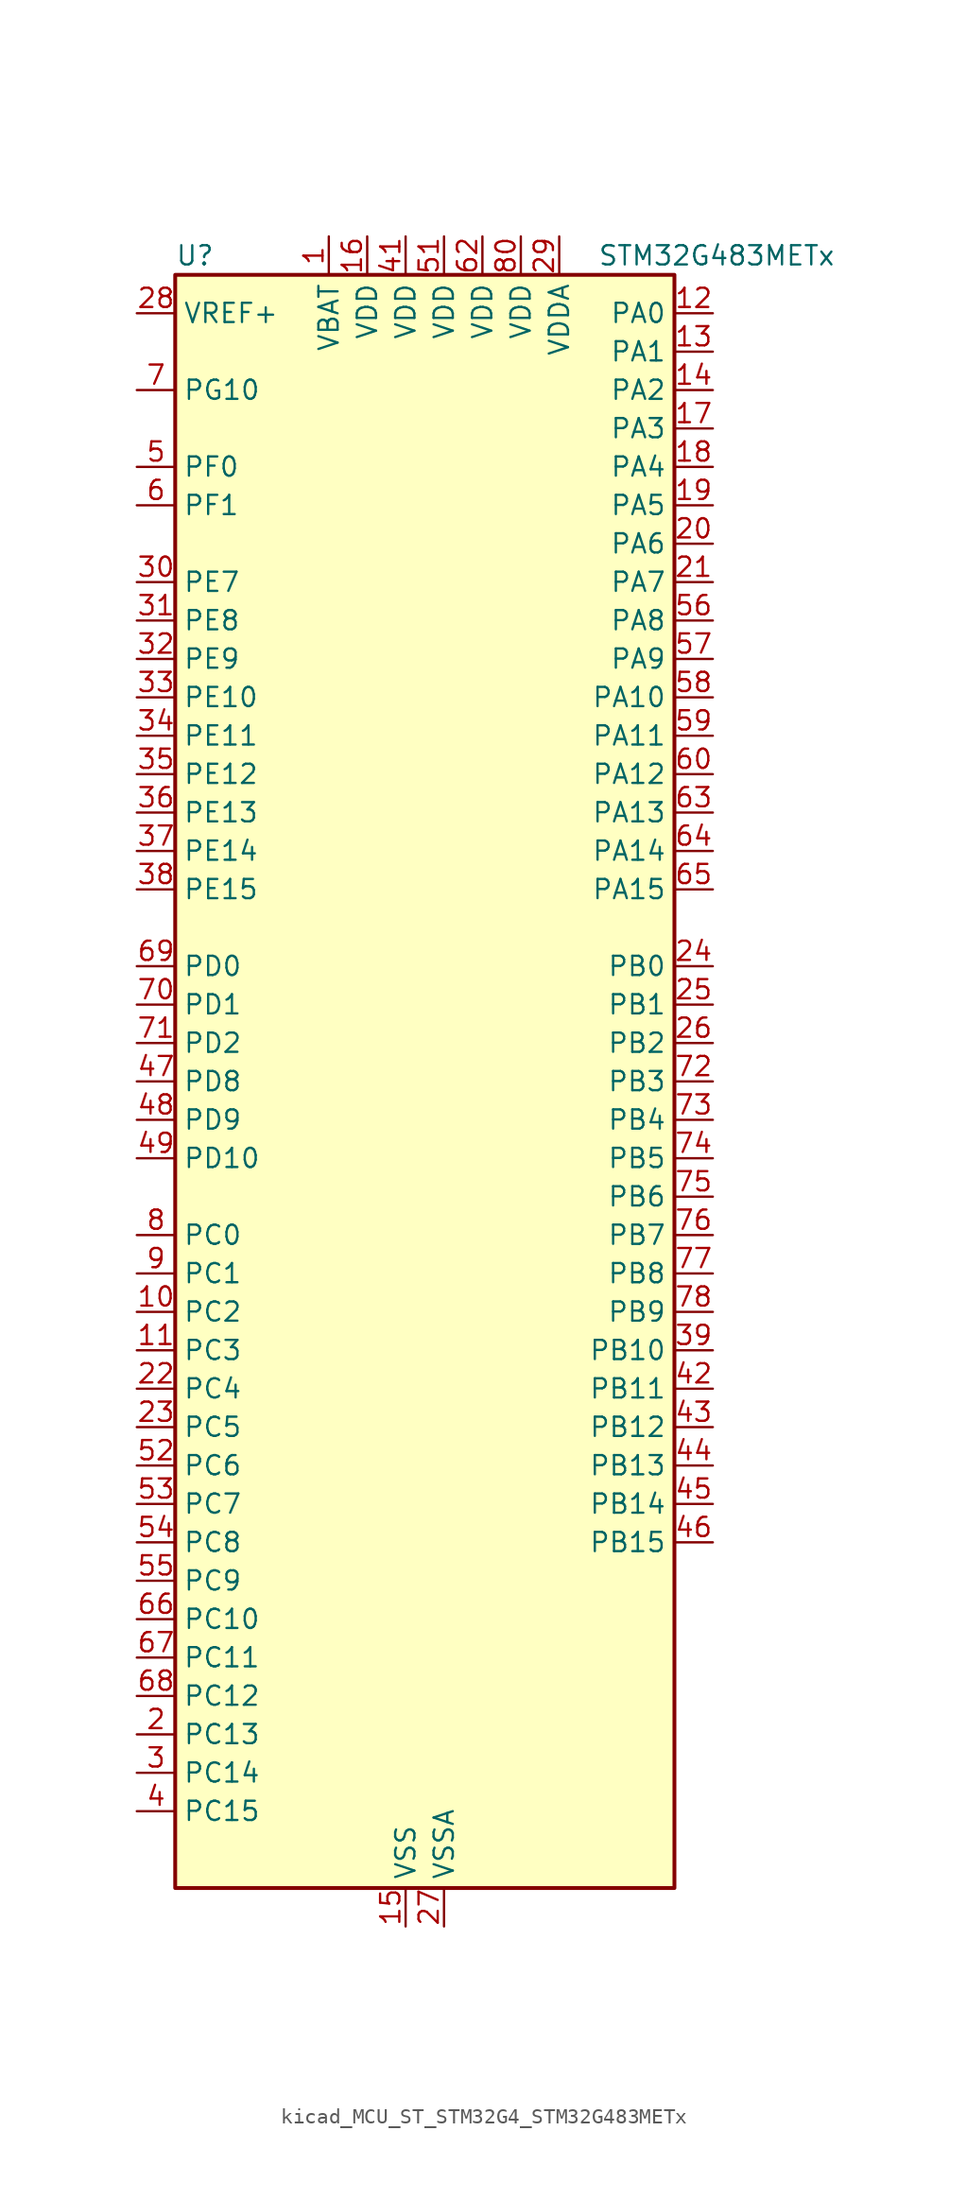
<source format=kicad_sym>
(kicad_symbol_lib
  (version 20220914)
  (generator kicad_symbol_editor)
  (symbol "kicad_MCU_ST_STM32G4_STM32G483METx"
    (property "Reference" "U"
      (at -15.24 54.61 0)
      (effects (font (size 1.27 1.27)) (justify left)))
    (property "Value" "STM32G483METx"
      (at 12.7 54.61 0)
      (effects (font (size 1.27 1.27)) (justify left)))
    (property "ki_locked" ""
      (at 0 0 0)
      (effects (font (size 1.27 1.27))))
    (symbol "kicad_MCU_ST_STM32G4_STM32G483METx_0_1"
      (rectangle (start -15.24 -53.34) (end 17.78 53.34) (stroke (width 0.254) (type default)) (fill (type background))))
    (symbol "kicad_MCU_ST_STM32G4_STM32G483METx_1_1"
      (pin power_in line (at -5.08 55.88 270) (length 2.54) (name "VBAT" (effects (font (size 1.27 1.27)))) (number "1" (effects (font (size 1.27 1.27)))))
      (pin bidirectional line (at -17.78 -15.24 0) (length 2.54) (name "PC2" (effects (font (size 1.27 1.27)))) (number "10" (effects (font (size 1.27 1.27)))) (alternate "ADC1_IN8" bidirectional line) (alternate "ADC2_IN8" bidirectional line) (alternate "ADC3_EXTI2" bidirectional line) (alternate "ADC4_EXTI2" bidirectional line) (alternate "ADC5_EXTI2" bidirectional line) (alternate "COMP3_OUT" bidirectional line) (alternate "LPTIM1_IN2" bidirectional line) (alternate "QUADSPI1_BK2_IO1" bidirectional line) (alternate "TIM1_CH3" bidirectional line) (alternate "TIM20_CH2" bidirectional line))
      (pin bidirectional line (at -17.78 -17.78 0) (length 2.54) (name "PC3" (effects (font (size 1.27 1.27)))) (number "11" (effects (font (size 1.27 1.27)))) (alternate "ADC1_IN9" bidirectional line) (alternate "ADC2_IN9" bidirectional line) (alternate "ADC3_EXTI3" bidirectional line) (alternate "ADC4_EXTI3" bidirectional line) (alternate "ADC5_EXTI3" bidirectional line) (alternate "LPTIM1_ETR" bidirectional line) (alternate "OPAMP5_VINP" bidirectional line) (alternate "OPAMP5_VINP_SEC" bidirectional line) (alternate "QUADSPI1_BK2_IO2" bidirectional line) (alternate "SAI1_D1" bidirectional line) (alternate "SAI1_SD_A" bidirectional line) (alternate "TIM1_BKIN2" bidirectional line) (alternate "TIM1_CH4" bidirectional line))
      (pin bidirectional line (at 20.32 50.8 180) (length 2.54) (name "PA0" (effects (font (size 1.27 1.27)))) (number "12" (effects (font (size 1.27 1.27)))) (alternate "ADC1_IN1" bidirectional line) (alternate "ADC2_IN1" bidirectional line) (alternate "COMP1_INM" bidirectional line) (alternate "COMP1_OUT" bidirectional line) (alternate "COMP3_INP" bidirectional line) (alternate "RTC_TAMP2" bidirectional line) (alternate "SYS_WKUP1" bidirectional line) (alternate "TIM2_CH1" bidirectional line) (alternate "TIM2_ETR" bidirectional line) (alternate "TIM5_CH1" bidirectional line) (alternate "TIM8_BKIN" bidirectional line) (alternate "TIM8_ETR" bidirectional line) (alternate "USART2_CTS" bidirectional line) (alternate "USART2_NSS" bidirectional line))
      (pin bidirectional line (at 20.32 48.26 180) (length 2.54) (name "PA1" (effects (font (size 1.27 1.27)))) (number "13" (effects (font (size 1.27 1.27)))) (alternate "ADC1_IN2" bidirectional line) (alternate "ADC2_IN2" bidirectional line) (alternate "COMP1_INP" bidirectional line) (alternate "OPAMP1_VINP" bidirectional line) (alternate "OPAMP1_VINP_SEC" bidirectional line) (alternate "OPAMP3_VINP" bidirectional line) (alternate "OPAMP3_VINP_SEC" bidirectional line) (alternate "OPAMP6_VINM" bidirectional line) (alternate "OPAMP6_VINM0" bidirectional line) (alternate "OPAMP6_VINM_SEC" bidirectional line) (alternate "RTC_REFIN" bidirectional line) (alternate "TIM15_CH1N" bidirectional line) (alternate "TIM2_CH2" bidirectional line) (alternate "TIM5_CH2" bidirectional line) (alternate "USART2_DE" bidirectional line) (alternate "USART2_RTS" bidirectional line))
      (pin bidirectional line (at 20.32 45.72 180) (length 2.54) (name "PA2" (effects (font (size 1.27 1.27)))) (number "14" (effects (font (size 1.27 1.27)))) (alternate "ADC1_IN3" bidirectional line) (alternate "ADC3_EXTI2" bidirectional line) (alternate "ADC4_EXTI2" bidirectional line) (alternate "ADC5_EXTI2" bidirectional line) (alternate "COMP2_INM" bidirectional line) (alternate "COMP2_OUT" bidirectional line) (alternate "LPUART1_TX" bidirectional line) (alternate "OPAMP1_VOUT" bidirectional line) (alternate "QUADSPI1_BK1_NCS" bidirectional line) (alternate "RCC_LSCO" bidirectional line) (alternate "SYS_WKUP4" bidirectional line) (alternate "TIM15_CH1" bidirectional line) (alternate "TIM2_CH3" bidirectional line) (alternate "TIM5_CH3" bidirectional line) (alternate "UCPD1_FRSTX1" bidirectional line) (alternate "UCPD1_FRSTX2" bidirectional line) (alternate "USART2_TX" bidirectional line))
      (pin power_in line (at 0 -55.88 90) (length 2.54) (name "VSS" (effects (font (size 1.27 1.27)))) (number "15" (effects (font (size 1.27 1.27)))))
      (pin power_in line (at -2.54 55.88 270) (length 2.54) (name "VDD" (effects (font (size 1.27 1.27)))) (number "16" (effects (font (size 1.27 1.27)))))
      (pin bidirectional line (at 20.32 43.18 180) (length 2.54) (name "PA3" (effects (font (size 1.27 1.27)))) (number "17" (effects (font (size 1.27 1.27)))) (alternate "ADC1_IN4" bidirectional line) (alternate "ADC3_EXTI3" bidirectional line) (alternate "ADC4_EXTI3" bidirectional line) (alternate "ADC5_EXTI3" bidirectional line) (alternate "COMP2_INP" bidirectional line) (alternate "LPUART1_RX" bidirectional line) (alternate "OPAMP1_VINM" bidirectional line) (alternate "OPAMP1_VINM0" bidirectional line) (alternate "OPAMP1_VINM_SEC" bidirectional line) (alternate "OPAMP1_VINP" bidirectional line) (alternate "OPAMP1_VINP_SEC" bidirectional line) (alternate "OPAMP5_VINM" bidirectional line) (alternate "OPAMP5_VINM1" bidirectional line) (alternate "OPAMP5_VINM_SEC" bidirectional line) (alternate "QUADSPI1_CLK" bidirectional line) (alternate "SAI1_CK1" bidirectional line) (alternate "SAI1_MCLK_A" bidirectional line) (alternate "TIM15_CH2" bidirectional line) (alternate "TIM2_CH4" bidirectional line) (alternate "TIM5_CH4" bidirectional line) (alternate "USART2_RX" bidirectional line))
      (pin bidirectional line (at 20.32 40.64 180) (length 2.54) (name "PA4" (effects (font (size 1.27 1.27)))) (number "18" (effects (font (size 1.27 1.27)))) (alternate "ADC2_IN17" bidirectional line) (alternate "COMP1_INM" bidirectional line) (alternate "DAC1_OUT1" bidirectional line) (alternate "I2S3_WS" bidirectional line) (alternate "SAI1_FS_B" bidirectional line) (alternate "SPI1_NSS" bidirectional line) (alternate "SPI3_NSS" bidirectional line) (alternate "TIM3_CH2" bidirectional line) (alternate "USART2_CK" bidirectional line))
      (pin bidirectional line (at 20.32 38.1 180) (length 2.54) (name "PA5" (effects (font (size 1.27 1.27)))) (number "19" (effects (font (size 1.27 1.27)))) (alternate "ADC2_IN13" bidirectional line) (alternate "COMP2_INM" bidirectional line) (alternate "DAC1_OUT2" bidirectional line) (alternate "OPAMP2_VINM" bidirectional line) (alternate "OPAMP2_VINM0" bidirectional line) (alternate "OPAMP2_VINM_SEC" bidirectional line) (alternate "SPI1_SCK" bidirectional line) (alternate "TIM2_CH1" bidirectional line) (alternate "TIM2_ETR" bidirectional line) (alternate "UCPD1_FRSTX1" bidirectional line) (alternate "UCPD1_FRSTX2" bidirectional line))
      (pin bidirectional line (at -17.78 -43.18 0) (length 2.54) (name "PC13" (effects (font (size 1.27 1.27)))) (number "2" (effects (font (size 1.27 1.27)))) (alternate "RTC_OUT1" bidirectional line) (alternate "RTC_TAMP1" bidirectional line) (alternate "RTC_TS" bidirectional line) (alternate "SYS_WKUP2" bidirectional line) (alternate "TIM1_BKIN" bidirectional line) (alternate "TIM1_CH1N" bidirectional line) (alternate "TIM8_CH4N" bidirectional line))
      (pin bidirectional line (at 20.32 35.56 180) (length 2.54) (name "PA6" (effects (font (size 1.27 1.27)))) (number "20" (effects (font (size 1.27 1.27)))) (alternate "ADC2_IN3" bidirectional line) (alternate "COMP1_OUT" bidirectional line) (alternate "DAC2_OUT1" bidirectional line) (alternate "LPUART1_CTS" bidirectional line) (alternate "OPAMP2_VOUT" bidirectional line) (alternate "QUADSPI1_BK1_IO3" bidirectional line) (alternate "SPI1_MISO" bidirectional line) (alternate "TIM16_CH1" bidirectional line) (alternate "TIM1_BKIN" bidirectional line) (alternate "TIM3_CH1" bidirectional line) (alternate "TIM8_BKIN" bidirectional line))
      (pin bidirectional line (at 20.32 33.02 180) (length 2.54) (name "PA7" (effects (font (size 1.27 1.27)))) (number "21" (effects (font (size 1.27 1.27)))) (alternate "ADC2_IN4" bidirectional line) (alternate "COMP2_INP" bidirectional line) (alternate "COMP2_OUT" bidirectional line) (alternate "OPAMP1_VINP" bidirectional line) (alternate "OPAMP1_VINP_SEC" bidirectional line) (alternate "OPAMP2_VINP" bidirectional line) (alternate "OPAMP2_VINP_SEC" bidirectional line) (alternate "QUADSPI1_BK1_IO2" bidirectional line) (alternate "SPI1_MOSI" bidirectional line) (alternate "TIM17_CH1" bidirectional line) (alternate "TIM1_CH1N" bidirectional line) (alternate "TIM3_CH2" bidirectional line) (alternate "TIM8_CH1N" bidirectional line) (alternate "UCPD1_FRSTX1" bidirectional line) (alternate "UCPD1_FRSTX2" bidirectional line))
      (pin bidirectional line (at -17.78 -20.32 0) (length 2.54) (name "PC4" (effects (font (size 1.27 1.27)))) (number "22" (effects (font (size 1.27 1.27)))) (alternate "ADC2_IN5" bidirectional line) (alternate "I2C2_SCL" bidirectional line) (alternate "QUADSPI1_BK2_IO3" bidirectional line) (alternate "TIM1_ETR" bidirectional line) (alternate "USART1_TX" bidirectional line))
      (pin bidirectional line (at -17.78 -22.86 0) (length 2.54) (name "PC5" (effects (font (size 1.27 1.27)))) (number "23" (effects (font (size 1.27 1.27)))) (alternate "ADC2_IN11" bidirectional line) (alternate "OPAMP1_VINM" bidirectional line) (alternate "OPAMP1_VINM1" bidirectional line) (alternate "OPAMP1_VINM_SEC" bidirectional line) (alternate "OPAMP2_VINM" bidirectional line) (alternate "OPAMP2_VINM1" bidirectional line) (alternate "OPAMP2_VINM_SEC" bidirectional line) (alternate "SAI1_D3" bidirectional line) (alternate "SYS_WKUP5" bidirectional line) (alternate "TIM15_BKIN" bidirectional line) (alternate "TIM1_CH4N" bidirectional line) (alternate "USART1_RX" bidirectional line))
      (pin bidirectional line (at 20.32 7.62 180) (length 2.54) (name "PB0" (effects (font (size 1.27 1.27)))) (number "24" (effects (font (size 1.27 1.27)))) (alternate "ADC1_IN15" bidirectional line) (alternate "ADC3_IN12" bidirectional line) (alternate "COMP4_INP" bidirectional line) (alternate "OPAMP2_VINP" bidirectional line) (alternate "OPAMP2_VINP_SEC" bidirectional line) (alternate "OPAMP3_VINP" bidirectional line) (alternate "OPAMP3_VINP_SEC" bidirectional line) (alternate "QUADSPI1_BK1_IO1" bidirectional line) (alternate "TIM1_CH2N" bidirectional line) (alternate "TIM3_CH3" bidirectional line) (alternate "TIM8_CH2N" bidirectional line) (alternate "UCPD1_FRSTX1" bidirectional line) (alternate "UCPD1_FRSTX2" bidirectional line))
      (pin bidirectional line (at 20.32 5.08 180) (length 2.54) (name "PB1" (effects (font (size 1.27 1.27)))) (number "25" (effects (font (size 1.27 1.27)))) (alternate "ADC1_IN12" bidirectional line) (alternate "ADC3_IN1" bidirectional line) (alternate "COMP1_INP" bidirectional line) (alternate "COMP4_OUT" bidirectional line) (alternate "LPUART1_DE" bidirectional line) (alternate "LPUART1_RTS" bidirectional line) (alternate "OPAMP3_VOUT" bidirectional line) (alternate "OPAMP6_VINM" bidirectional line) (alternate "OPAMP6_VINM1" bidirectional line) (alternate "OPAMP6_VINM_SEC" bidirectional line) (alternate "QUADSPI1_BK1_IO0" bidirectional line) (alternate "TIM1_CH3N" bidirectional line) (alternate "TIM3_CH4" bidirectional line) (alternate "TIM8_CH3N" bidirectional line))
      (pin bidirectional line (at 20.32 2.54 180) (length 2.54) (name "PB2" (effects (font (size 1.27 1.27)))) (number "26" (effects (font (size 1.27 1.27)))) (alternate "ADC2_IN12" bidirectional line) (alternate "ADC3_EXTI2" bidirectional line) (alternate "ADC4_EXTI2" bidirectional line) (alternate "ADC5_EXTI2" bidirectional line) (alternate "COMP4_INM" bidirectional line) (alternate "I2C3_SMBA" bidirectional line) (alternate "LPTIM1_OUT" bidirectional line) (alternate "OPAMP3_VINM" bidirectional line) (alternate "OPAMP3_VINM0" bidirectional line) (alternate "OPAMP3_VINM_SEC" bidirectional line) (alternate "QUADSPI1_BK2_IO1" bidirectional line) (alternate "RTC_OUT2" bidirectional line) (alternate "TIM20_CH1" bidirectional line) (alternate "TIM5_CH1" bidirectional line))
      (pin power_in line (at 2.54 -55.88 90) (length 2.54) (name "VSSA" (effects (font (size 1.27 1.27)))) (number "27" (effects (font (size 1.27 1.27)))))
      (pin input line (at -17.78 50.8 0) (length 2.54) (name "VREF+" (effects (font (size 1.27 1.27)))) (number "28" (effects (font (size 1.27 1.27)))) (alternate "VREFBUF_OUT" bidirectional line))
      (pin power_in line (at 10.16 55.88 270) (length 2.54) (name "VDDA" (effects (font (size 1.27 1.27)))) (number "29" (effects (font (size 1.27 1.27)))))
      (pin bidirectional line (at -17.78 -45.72 0) (length 2.54) (name "PC14" (effects (font (size 1.27 1.27)))) (number "3" (effects (font (size 1.27 1.27)))) (alternate "RCC_OSC32_IN" bidirectional line))
      (pin bidirectional line (at -17.78 33.02 0) (length 2.54) (name "PE7" (effects (font (size 1.27 1.27)))) (number "30" (effects (font (size 1.27 1.27)))) (alternate "ADC3_IN4" bidirectional line) (alternate "COMP4_INP" bidirectional line) (alternate "SAI1_SD_B" bidirectional line) (alternate "TIM1_ETR" bidirectional line))
      (pin bidirectional line (at -17.78 30.48 0) (length 2.54) (name "PE8" (effects (font (size 1.27 1.27)))) (number "31" (effects (font (size 1.27 1.27)))) (alternate "ADC3_IN6" bidirectional line) (alternate "ADC4_IN6" bidirectional line) (alternate "ADC5_IN6" bidirectional line) (alternate "COMP4_INM" bidirectional line) (alternate "SAI1_SCK_B" bidirectional line) (alternate "TIM1_CH1N" bidirectional line) (alternate "TIM5_CH3" bidirectional line))
      (pin bidirectional line (at -17.78 27.94 0) (length 2.54) (name "PE9" (effects (font (size 1.27 1.27)))) (number "32" (effects (font (size 1.27 1.27)))) (alternate "ADC3_IN2" bidirectional line) (alternate "DAC1_EXTI9" bidirectional line) (alternate "DAC2_EXTI9" bidirectional line) (alternate "DAC3_EXTI9" bidirectional line) (alternate "DAC4_EXTI9" bidirectional line) (alternate "SAI1_FS_B" bidirectional line) (alternate "TIM1_CH1" bidirectional line) (alternate "TIM5_CH4" bidirectional line))
      (pin bidirectional line (at -17.78 25.4 0) (length 2.54) (name "PE10" (effects (font (size 1.27 1.27)))) (number "33" (effects (font (size 1.27 1.27)))) (alternate "ADC3_IN14" bidirectional line) (alternate "ADC4_IN14" bidirectional line) (alternate "ADC5_IN14" bidirectional line) (alternate "DAC1_EXTI10" bidirectional line) (alternate "DAC2_EXTI10" bidirectional line) (alternate "DAC3_EXTI10" bidirectional line) (alternate "DAC4_EXTI10" bidirectional line) (alternate "QUADSPI1_CLK" bidirectional line) (alternate "SAI1_MCLK_B" bidirectional line) (alternate "TIM1_CH2N" bidirectional line))
      (pin bidirectional line (at -17.78 22.86 0) (length 2.54) (name "PE11" (effects (font (size 1.27 1.27)))) (number "34" (effects (font (size 1.27 1.27)))) (alternate "ADC1_EXTI11" bidirectional line) (alternate "ADC2_EXTI11" bidirectional line) (alternate "ADC3_IN15" bidirectional line) (alternate "ADC4_IN15" bidirectional line) (alternate "ADC5_IN15" bidirectional line) (alternate "QUADSPI1_BK1_NCS" bidirectional line) (alternate "SPI4_NSS" bidirectional line) (alternate "TIM1_CH2" bidirectional line))
      (pin bidirectional line (at -17.78 20.32 0) (length 2.54) (name "PE12" (effects (font (size 1.27 1.27)))) (number "35" (effects (font (size 1.27 1.27)))) (alternate "ADC3_IN16" bidirectional line) (alternate "ADC4_IN16" bidirectional line) (alternate "ADC5_IN16" bidirectional line) (alternate "QUADSPI1_BK1_IO0" bidirectional line) (alternate "SPI4_SCK" bidirectional line) (alternate "TIM1_CH3N" bidirectional line))
      (pin bidirectional line (at -17.78 17.78 0) (length 2.54) (name "PE13" (effects (font (size 1.27 1.27)))) (number "36" (effects (font (size 1.27 1.27)))) (alternate "ADC3_IN3" bidirectional line) (alternate "QUADSPI1_BK1_IO1" bidirectional line) (alternate "SPI4_MISO" bidirectional line) (alternate "TIM1_CH3" bidirectional line))
      (pin bidirectional line (at -17.78 15.24 0) (length 2.54) (name "PE14" (effects (font (size 1.27 1.27)))) (number "37" (effects (font (size 1.27 1.27)))) (alternate "ADC4_IN1" bidirectional line) (alternate "QUADSPI1_BK1_IO2" bidirectional line) (alternate "SPI4_MOSI" bidirectional line) (alternate "TIM1_BKIN2" bidirectional line) (alternate "TIM1_CH4" bidirectional line))
      (pin bidirectional line (at -17.78 12.7 0) (length 2.54) (name "PE15" (effects (font (size 1.27 1.27)))) (number "38" (effects (font (size 1.27 1.27)))) (alternate "ADC1_EXTI15" bidirectional line) (alternate "ADC2_EXTI15" bidirectional line) (alternate "ADC4_IN2" bidirectional line) (alternate "QUADSPI1_BK1_IO3" bidirectional line) (alternate "TIM1_BKIN" bidirectional line) (alternate "TIM1_CH4N" bidirectional line) (alternate "USART3_RX" bidirectional line))
      (pin bidirectional line (at 20.32 -17.78 180) (length 2.54) (name "PB10" (effects (font (size 1.27 1.27)))) (number "39" (effects (font (size 1.27 1.27)))) (alternate "COMP5_INM" bidirectional line) (alternate "DAC1_EXTI10" bidirectional line) (alternate "DAC2_EXTI10" bidirectional line) (alternate "DAC3_EXTI10" bidirectional line) (alternate "DAC4_EXTI10" bidirectional line) (alternate "LPUART1_RX" bidirectional line) (alternate "OPAMP3_VINM" bidirectional line) (alternate "OPAMP3_VINM1" bidirectional line) (alternate "OPAMP3_VINM_SEC" bidirectional line) (alternate "OPAMP4_VINM" bidirectional line) (alternate "OPAMP4_VINM0" bidirectional line) (alternate "OPAMP4_VINM_SEC" bidirectional line) (alternate "QUADSPI1_CLK" bidirectional line) (alternate "SAI1_SCK_A" bidirectional line) (alternate "TIM1_BKIN" bidirectional line) (alternate "TIM2_CH3" bidirectional line) (alternate "USART3_TX" bidirectional line))
      (pin bidirectional line (at -17.78 -48.26 0) (length 2.54) (name "PC15" (effects (font (size 1.27 1.27)))) (number "4" (effects (font (size 1.27 1.27)))) (alternate "ADC1_EXTI15" bidirectional line) (alternate "ADC2_EXTI15" bidirectional line) (alternate "RCC_OSC32_OUT" bidirectional line))
      (pin passive line (at 0 -55.88 90) (length 2.54) hide (name "VSS" (effects (font (size 1.27 1.27)))) (number "40" (effects (font (size 1.27 1.27)))))
      (pin power_in line (at 0 55.88 270) (length 2.54) (name "VDD" (effects (font (size 1.27 1.27)))) (number "41" (effects (font (size 1.27 1.27)))))
      (pin bidirectional line (at 20.32 -20.32 180) (length 2.54) (name "PB11" (effects (font (size 1.27 1.27)))) (number "42" (effects (font (size 1.27 1.27)))) (alternate "ADC1_EXTI11" bidirectional line) (alternate "ADC1_IN14" bidirectional line) (alternate "ADC2_EXTI11" bidirectional line) (alternate "ADC2_IN14" bidirectional line) (alternate "COMP6_INP" bidirectional line) (alternate "LPUART1_TX" bidirectional line) (alternate "OPAMP4_VINP" bidirectional line) (alternate "OPAMP4_VINP_SEC" bidirectional line) (alternate "OPAMP6_VOUT" bidirectional line) (alternate "QUADSPI1_BK1_NCS" bidirectional line) (alternate "TIM2_CH4" bidirectional line) (alternate "USART3_RX" bidirectional line))
      (pin bidirectional line (at 20.32 -22.86 180) (length 2.54) (name "PB12" (effects (font (size 1.27 1.27)))) (number "43" (effects (font (size 1.27 1.27)))) (alternate "ADC1_IN11" bidirectional line) (alternate "ADC4_IN3" bidirectional line) (alternate "COMP7_INM" bidirectional line) (alternate "FDCAN2_RX" bidirectional line) (alternate "I2C2_SMBA" bidirectional line) (alternate "I2S2_WS" bidirectional line) (alternate "LPUART1_DE" bidirectional line) (alternate "LPUART1_RTS" bidirectional line) (alternate "OPAMP4_VOUT" bidirectional line) (alternate "OPAMP6_VINP" bidirectional line) (alternate "OPAMP6_VINP_SEC" bidirectional line) (alternate "SPI2_NSS" bidirectional line) (alternate "TIM1_BKIN" bidirectional line) (alternate "TIM5_ETR" bidirectional line) (alternate "USART3_CK" bidirectional line))
      (pin bidirectional line (at 20.32 -25.4 180) (length 2.54) (name "PB13" (effects (font (size 1.27 1.27)))) (number "44" (effects (font (size 1.27 1.27)))) (alternate "ADC3_IN5" bidirectional line) (alternate "COMP5_INP" bidirectional line) (alternate "FDCAN2_TX" bidirectional line) (alternate "I2S2_CK" bidirectional line) (alternate "LPUART1_CTS" bidirectional line) (alternate "OPAMP3_VINP" bidirectional line) (alternate "OPAMP3_VINP_SEC" bidirectional line) (alternate "OPAMP4_VINP" bidirectional line) (alternate "OPAMP4_VINP_SEC" bidirectional line) (alternate "OPAMP6_VINP" bidirectional line) (alternate "OPAMP6_VINP_SEC" bidirectional line) (alternate "SPI2_SCK" bidirectional line) (alternate "TIM1_CH1N" bidirectional line) (alternate "USART3_CTS" bidirectional line) (alternate "USART3_NSS" bidirectional line))
      (pin bidirectional line (at 20.32 -27.94 180) (length 2.54) (name "PB14" (effects (font (size 1.27 1.27)))) (number "45" (effects (font (size 1.27 1.27)))) (alternate "ADC1_IN5" bidirectional line) (alternate "ADC4_IN4" bidirectional line) (alternate "COMP4_OUT" bidirectional line) (alternate "COMP7_INP" bidirectional line) (alternate "OPAMP2_VINP" bidirectional line) (alternate "OPAMP2_VINP_SEC" bidirectional line) (alternate "OPAMP5_VINP" bidirectional line) (alternate "OPAMP5_VINP_SEC" bidirectional line) (alternate "SPI2_MISO" bidirectional line) (alternate "TIM15_CH1" bidirectional line) (alternate "TIM1_CH2N" bidirectional line) (alternate "USART3_DE" bidirectional line) (alternate "USART3_RTS" bidirectional line))
      (pin bidirectional line (at 20.32 -30.48 180) (length 2.54) (name "PB15" (effects (font (size 1.27 1.27)))) (number "46" (effects (font (size 1.27 1.27)))) (alternate "ADC1_EXTI15" bidirectional line) (alternate "ADC2_EXTI15" bidirectional line) (alternate "ADC2_IN15" bidirectional line) (alternate "ADC4_IN5" bidirectional line) (alternate "COMP3_OUT" bidirectional line) (alternate "COMP6_INM" bidirectional line) (alternate "I2S2_SD" bidirectional line) (alternate "OPAMP5_VINM" bidirectional line) (alternate "OPAMP5_VINM0" bidirectional line) (alternate "OPAMP5_VINM_SEC" bidirectional line) (alternate "RTC_REFIN" bidirectional line) (alternate "SPI2_MOSI" bidirectional line) (alternate "TIM15_CH1N" bidirectional line) (alternate "TIM15_CH2" bidirectional line) (alternate "TIM1_CH3N" bidirectional line))
      (pin bidirectional line (at -17.78 0 0) (length 2.54) (name "PD8" (effects (font (size 1.27 1.27)))) (number "47" (effects (font (size 1.27 1.27)))) (alternate "ADC4_IN12" bidirectional line) (alternate "ADC5_IN12" bidirectional line) (alternate "OPAMP4_VINM" bidirectional line) (alternate "OPAMP4_VINM1" bidirectional line) (alternate "OPAMP4_VINM_SEC" bidirectional line) (alternate "USART3_TX" bidirectional line))
      (pin bidirectional line (at -17.78 -2.54 0) (length 2.54) (name "PD9" (effects (font (size 1.27 1.27)))) (number "48" (effects (font (size 1.27 1.27)))) (alternate "ADC4_IN13" bidirectional line) (alternate "ADC5_IN13" bidirectional line) (alternate "DAC1_EXTI9" bidirectional line) (alternate "DAC2_EXTI9" bidirectional line) (alternate "DAC3_EXTI9" bidirectional line) (alternate "DAC4_EXTI9" bidirectional line) (alternate "OPAMP6_VINP" bidirectional line) (alternate "OPAMP6_VINP_SEC" bidirectional line) (alternate "USART3_RX" bidirectional line))
      (pin bidirectional line (at -17.78 -5.08 0) (length 2.54) (name "PD10" (effects (font (size 1.27 1.27)))) (number "49" (effects (font (size 1.27 1.27)))) (alternate "ADC3_IN7" bidirectional line) (alternate "ADC4_IN7" bidirectional line) (alternate "ADC5_IN7" bidirectional line) (alternate "COMP6_INM" bidirectional line) (alternate "DAC1_EXTI10" bidirectional line) (alternate "DAC2_EXTI10" bidirectional line) (alternate "DAC3_EXTI10" bidirectional line) (alternate "DAC4_EXTI10" bidirectional line) (alternate "USART3_CK" bidirectional line))
      (pin bidirectional line (at -17.78 40.64 0) (length 2.54) (name "PF0" (effects (font (size 1.27 1.27)))) (number "5" (effects (font (size 1.27 1.27)))) (alternate "ADC1_IN10" bidirectional line) (alternate "I2C2_SDA" bidirectional line) (alternate "I2S2_WS" bidirectional line) (alternate "RCC_OSC_IN" bidirectional line) (alternate "SPI2_NSS" bidirectional line) (alternate "TIM1_CH3N" bidirectional line))
      (pin passive line (at 0 -55.88 90) (length 2.54) hide (name "VSS" (effects (font (size 1.27 1.27)))) (number "50" (effects (font (size 1.27 1.27)))))
      (pin power_in line (at 2.54 55.88 270) (length 2.54) (name "VDD" (effects (font (size 1.27 1.27)))) (number "51" (effects (font (size 1.27 1.27)))))
      (pin bidirectional line (at -17.78 -25.4 0) (length 2.54) (name "PC6" (effects (font (size 1.27 1.27)))) (number "52" (effects (font (size 1.27 1.27)))) (alternate "COMP6_OUT" bidirectional line) (alternate "I2C4_SCL" bidirectional line) (alternate "I2S2_MCK" bidirectional line) (alternate "TIM3_CH1" bidirectional line) (alternate "TIM8_CH1" bidirectional line))
      (pin bidirectional line (at -17.78 -27.94 0) (length 2.54) (name "PC7" (effects (font (size 1.27 1.27)))) (number "53" (effects (font (size 1.27 1.27)))) (alternate "COMP5_OUT" bidirectional line) (alternate "I2C4_SDA" bidirectional line) (alternate "I2S3_MCK" bidirectional line) (alternate "TIM3_CH2" bidirectional line) (alternate "TIM8_CH2" bidirectional line))
      (pin bidirectional line (at -17.78 -30.48 0) (length 2.54) (name "PC8" (effects (font (size 1.27 1.27)))) (number "54" (effects (font (size 1.27 1.27)))) (alternate "COMP7_OUT" bidirectional line) (alternate "I2C3_SCL" bidirectional line) (alternate "TIM20_CH3" bidirectional line) (alternate "TIM3_CH3" bidirectional line) (alternate "TIM8_CH3" bidirectional line))
      (pin bidirectional line (at -17.78 -33.02 0) (length 2.54) (name "PC9" (effects (font (size 1.27 1.27)))) (number "55" (effects (font (size 1.27 1.27)))) (alternate "DAC1_EXTI9" bidirectional line) (alternate "DAC2_EXTI9" bidirectional line) (alternate "DAC3_EXTI9" bidirectional line) (alternate "DAC4_EXTI9" bidirectional line) (alternate "I2C3_SDA" bidirectional line) (alternate "I2S_CKIN" bidirectional line) (alternate "TIM3_CH4" bidirectional line) (alternate "TIM8_BKIN2" bidirectional line) (alternate "TIM8_CH4" bidirectional line))
      (pin bidirectional line (at 20.32 30.48 180) (length 2.54) (name "PA8" (effects (font (size 1.27 1.27)))) (number "56" (effects (font (size 1.27 1.27)))) (alternate "ADC5_IN1" bidirectional line) (alternate "COMP7_OUT" bidirectional line) (alternate "FDCAN3_RX" bidirectional line) (alternate "I2C2_SDA" bidirectional line) (alternate "I2C3_SCL" bidirectional line) (alternate "I2S2_MCK" bidirectional line) (alternate "OPAMP5_VOUT" bidirectional line) (alternate "RCC_MCO" bidirectional line) (alternate "SAI1_CK2" bidirectional line) (alternate "SAI1_SCK_A" bidirectional line) (alternate "TIM1_CH1" bidirectional line) (alternate "TIM4_ETR" bidirectional line) (alternate "USART1_CK" bidirectional line))
      (pin bidirectional line (at 20.32 27.94 180) (length 2.54) (name "PA9" (effects (font (size 1.27 1.27)))) (number "57" (effects (font (size 1.27 1.27)))) (alternate "ADC5_IN2" bidirectional line) (alternate "COMP5_OUT" bidirectional line) (alternate "DAC1_EXTI9" bidirectional line) (alternate "DAC2_EXTI9" bidirectional line) (alternate "DAC3_EXTI9" bidirectional line) (alternate "DAC4_EXTI9" bidirectional line) (alternate "I2C2_SCL" bidirectional line) (alternate "I2C3_SMBA" bidirectional line) (alternate "I2S3_MCK" bidirectional line) (alternate "SAI1_FS_A" bidirectional line) (alternate "TIM15_BKIN" bidirectional line) (alternate "TIM1_CH2" bidirectional line) (alternate "TIM2_CH3" bidirectional line) (alternate "UCPD1_DBCC1" bidirectional line) (alternate "USART1_TX" bidirectional line))
      (pin bidirectional line (at 20.32 25.4 180) (length 2.54) (name "PA10" (effects (font (size 1.27 1.27)))) (number "58" (effects (font (size 1.27 1.27)))) (alternate "COMP6_OUT" bidirectional line) (alternate "CRS_SYNC" bidirectional line) (alternate "DAC1_EXTI10" bidirectional line) (alternate "DAC2_EXTI10" bidirectional line) (alternate "DAC3_EXTI10" bidirectional line) (alternate "DAC4_EXTI10" bidirectional line) (alternate "I2C2_SMBA" bidirectional line) (alternate "SAI1_D1" bidirectional line) (alternate "SAI1_SD_A" bidirectional line) (alternate "SPI2_MISO" bidirectional line) (alternate "TIM17_BKIN" bidirectional line) (alternate "TIM1_CH3" bidirectional line) (alternate "TIM2_CH4" bidirectional line) (alternate "TIM8_BKIN" bidirectional line) (alternate "UCPD1_DBCC2" bidirectional line) (alternate "USART1_RX" bidirectional line))
      (pin bidirectional line (at 20.32 22.86 180) (length 2.54) (name "PA11" (effects (font (size 1.27 1.27)))) (number "59" (effects (font (size 1.27 1.27)))) (alternate "ADC1_EXTI11" bidirectional line) (alternate "ADC2_EXTI11" bidirectional line) (alternate "COMP1_OUT" bidirectional line) (alternate "FDCAN1_RX" bidirectional line) (alternate "I2S2_SD" bidirectional line) (alternate "SPI2_MOSI" bidirectional line) (alternate "TIM1_BKIN2" bidirectional line) (alternate "TIM1_CH1N" bidirectional line) (alternate "TIM1_CH4" bidirectional line) (alternate "TIM4_CH1" bidirectional line) (alternate "USART1_CTS" bidirectional line) (alternate "USART1_NSS" bidirectional line) (alternate "USB_DM" bidirectional line))
      (pin bidirectional line (at -17.78 38.1 0) (length 2.54) (name "PF1" (effects (font (size 1.27 1.27)))) (number "6" (effects (font (size 1.27 1.27)))) (alternate "ADC2_IN10" bidirectional line) (alternate "COMP3_INM" bidirectional line) (alternate "I2S2_CK" bidirectional line) (alternate "RCC_OSC_OUT" bidirectional line) (alternate "SPI2_SCK" bidirectional line))
      (pin bidirectional line (at 20.32 20.32 180) (length 2.54) (name "PA12" (effects (font (size 1.27 1.27)))) (number "60" (effects (font (size 1.27 1.27)))) (alternate "COMP2_OUT" bidirectional line) (alternate "FDCAN1_TX" bidirectional line) (alternate "I2S_CKIN" bidirectional line) (alternate "TIM16_CH1" bidirectional line) (alternate "TIM1_CH2N" bidirectional line) (alternate "TIM1_ETR" bidirectional line) (alternate "TIM4_CH2" bidirectional line) (alternate "USART1_DE" bidirectional line) (alternate "USART1_RTS" bidirectional line) (alternate "USB_DP" bidirectional line))
      (pin passive line (at 0 -55.88 90) (length 2.54) hide (name "VSS" (effects (font (size 1.27 1.27)))) (number "61" (effects (font (size 1.27 1.27)))))
      (pin power_in line (at 5.08 55.88 270) (length 2.54) (name "VDD" (effects (font (size 1.27 1.27)))) (number "62" (effects (font (size 1.27 1.27)))))
      (pin bidirectional line (at 20.32 17.78 180) (length 2.54) (name "PA13" (effects (font (size 1.27 1.27)))) (number "63" (effects (font (size 1.27 1.27)))) (alternate "I2C1_SCL" bidirectional line) (alternate "I2C4_SCL" bidirectional line) (alternate "IR_OUT" bidirectional line) (alternate "SAI1_SD_B" bidirectional line) (alternate "SYS_JTMS-SWDIO" bidirectional line) (alternate "TIM16_CH1N" bidirectional line) (alternate "TIM4_CH3" bidirectional line) (alternate "USART3_CTS" bidirectional line) (alternate "USART3_NSS" bidirectional line))
      (pin bidirectional line (at 20.32 15.24 180) (length 2.54) (name "PA14" (effects (font (size 1.27 1.27)))) (number "64" (effects (font (size 1.27 1.27)))) (alternate "I2C1_SDA" bidirectional line) (alternate "I2C4_SMBA" bidirectional line) (alternate "LPTIM1_OUT" bidirectional line) (alternate "SAI1_FS_B" bidirectional line) (alternate "SYS_JTCK-SWCLK" bidirectional line) (alternate "TIM1_BKIN" bidirectional line) (alternate "TIM8_CH2" bidirectional line) (alternate "USART2_TX" bidirectional line))
      (pin bidirectional line (at 20.32 12.7 180) (length 2.54) (name "PA15" (effects (font (size 1.27 1.27)))) (number "65" (effects (font (size 1.27 1.27)))) (alternate "ADC1_EXTI15" bidirectional line) (alternate "ADC2_EXTI15" bidirectional line) (alternate "FDCAN3_TX" bidirectional line) (alternate "I2C1_SCL" bidirectional line) (alternate "I2S3_WS" bidirectional line) (alternate "SPI1_NSS" bidirectional line) (alternate "SPI3_NSS" bidirectional line) (alternate "SYS_JTDI" bidirectional line) (alternate "TIM1_BKIN" bidirectional line) (alternate "TIM2_CH1" bidirectional line) (alternate "TIM2_ETR" bidirectional line) (alternate "TIM8_CH1" bidirectional line) (alternate "UART4_DE" bidirectional line) (alternate "UART4_RTS" bidirectional line) (alternate "USART2_RX" bidirectional line))
      (pin bidirectional line (at -17.78 -35.56 0) (length 2.54) (name "PC10" (effects (font (size 1.27 1.27)))) (number "66" (effects (font (size 1.27 1.27)))) (alternate "DAC1_EXTI10" bidirectional line) (alternate "DAC2_EXTI10" bidirectional line) (alternate "DAC3_EXTI10" bidirectional line) (alternate "DAC4_EXTI10" bidirectional line) (alternate "I2S3_CK" bidirectional line) (alternate "SPI3_SCK" bidirectional line) (alternate "TIM8_CH1N" bidirectional line) (alternate "UART4_TX" bidirectional line) (alternate "USART3_TX" bidirectional line))
      (pin bidirectional line (at -17.78 -38.1 0) (length 2.54) (name "PC11" (effects (font (size 1.27 1.27)))) (number "67" (effects (font (size 1.27 1.27)))) (alternate "ADC1_EXTI11" bidirectional line) (alternate "ADC2_EXTI11" bidirectional line) (alternate "I2C3_SDA" bidirectional line) (alternate "SPI3_MISO" bidirectional line) (alternate "TIM8_CH2N" bidirectional line) (alternate "UART4_RX" bidirectional line) (alternate "USART3_RX" bidirectional line))
      (pin bidirectional line (at -17.78 -40.64 0) (length 2.54) (name "PC12" (effects (font (size 1.27 1.27)))) (number "68" (effects (font (size 1.27 1.27)))) (alternate "I2S3_SD" bidirectional line) (alternate "SPI3_MOSI" bidirectional line) (alternate "TIM5_CH2" bidirectional line) (alternate "TIM8_CH3N" bidirectional line) (alternate "UART5_TX" bidirectional line) (alternate "UCPD1_FRSTX1" bidirectional line) (alternate "UCPD1_FRSTX2" bidirectional line) (alternate "USART3_CK" bidirectional line))
      (pin bidirectional line (at -17.78 7.62 0) (length 2.54) (name "PD0" (effects (font (size 1.27 1.27)))) (number "69" (effects (font (size 1.27 1.27)))) (alternate "FDCAN1_RX" bidirectional line) (alternate "TIM8_CH4N" bidirectional line))
      (pin bidirectional line (at -17.78 45.72 0) (length 2.54) (name "PG10" (effects (font (size 1.27 1.27)))) (number "7" (effects (font (size 1.27 1.27)))) (alternate "DAC1_EXTI10" bidirectional line) (alternate "DAC2_EXTI10" bidirectional line) (alternate "DAC3_EXTI10" bidirectional line) (alternate "DAC4_EXTI10" bidirectional line) (alternate "RCC_MCO" bidirectional line))
      (pin bidirectional line (at -17.78 5.08 0) (length 2.54) (name "PD1" (effects (font (size 1.27 1.27)))) (number "70" (effects (font (size 1.27 1.27)))) (alternate "FDCAN1_TX" bidirectional line) (alternate "TIM8_BKIN2" bidirectional line) (alternate "TIM8_CH4" bidirectional line))
      (pin bidirectional line (at -17.78 2.54 0) (length 2.54) (name "PD2" (effects (font (size 1.27 1.27)))) (number "71" (effects (font (size 1.27 1.27)))) (alternate "ADC3_EXTI2" bidirectional line) (alternate "ADC4_EXTI2" bidirectional line) (alternate "ADC5_EXTI2" bidirectional line) (alternate "TIM3_ETR" bidirectional line) (alternate "TIM8_BKIN" bidirectional line) (alternate "UART5_RX" bidirectional line))
      (pin bidirectional line (at 20.32 0 180) (length 2.54) (name "PB3" (effects (font (size 1.27 1.27)))) (number "72" (effects (font (size 1.27 1.27)))) (alternate "ADC3_EXTI3" bidirectional line) (alternate "ADC4_EXTI3" bidirectional line) (alternate "ADC5_EXTI3" bidirectional line) (alternate "CRS_SYNC" bidirectional line) (alternate "FDCAN3_RX" bidirectional line) (alternate "I2S3_CK" bidirectional line) (alternate "SAI1_SCK_B" bidirectional line) (alternate "SPI1_SCK" bidirectional line) (alternate "SPI3_SCK" bidirectional line) (alternate "SYS_JTDO-SWO" bidirectional line) (alternate "TIM2_CH2" bidirectional line) (alternate "TIM3_ETR" bidirectional line) (alternate "TIM4_ETR" bidirectional line) (alternate "TIM8_CH1N" bidirectional line) (alternate "USART2_TX" bidirectional line))
      (pin bidirectional line (at 20.32 -2.54 180) (length 2.54) (name "PB4" (effects (font (size 1.27 1.27)))) (number "73" (effects (font (size 1.27 1.27)))) (alternate "FDCAN3_TX" bidirectional line) (alternate "SAI1_MCLK_B" bidirectional line) (alternate "SPI1_MISO" bidirectional line) (alternate "SPI3_MISO" bidirectional line) (alternate "SYS_JTRST" bidirectional line) (alternate "TIM16_CH1" bidirectional line) (alternate "TIM17_BKIN" bidirectional line) (alternate "TIM3_CH1" bidirectional line) (alternate "TIM8_CH2N" bidirectional line) (alternate "UART5_DE" bidirectional line) (alternate "UART5_RTS" bidirectional line) (alternate "UCPD1_CC2" bidirectional line) (alternate "USART2_RX" bidirectional line))
      (pin bidirectional line (at 20.32 -5.08 180) (length 2.54) (name "PB5" (effects (font (size 1.27 1.27)))) (number "74" (effects (font (size 1.27 1.27)))) (alternate "FDCAN2_RX" bidirectional line) (alternate "I2C1_SMBA" bidirectional line) (alternate "I2C3_SDA" bidirectional line) (alternate "I2S3_SD" bidirectional line) (alternate "LPTIM1_IN1" bidirectional line) (alternate "SAI1_SD_B" bidirectional line) (alternate "SPI1_MOSI" bidirectional line) (alternate "SPI3_MOSI" bidirectional line) (alternate "TIM16_BKIN" bidirectional line) (alternate "TIM17_CH1" bidirectional line) (alternate "TIM3_CH2" bidirectional line) (alternate "TIM8_CH3N" bidirectional line) (alternate "UART5_CTS" bidirectional line) (alternate "USART2_CK" bidirectional line))
      (pin bidirectional line (at 20.32 -7.62 180) (length 2.54) (name "PB6" (effects (font (size 1.27 1.27)))) (number "75" (effects (font (size 1.27 1.27)))) (alternate "COMP4_OUT" bidirectional line) (alternate "FDCAN2_TX" bidirectional line) (alternate "LPTIM1_ETR" bidirectional line) (alternate "SAI1_FS_B" bidirectional line) (alternate "TIM16_CH1N" bidirectional line) (alternate "TIM4_CH1" bidirectional line) (alternate "TIM8_BKIN2" bidirectional line) (alternate "TIM8_CH1" bidirectional line) (alternate "TIM8_ETR" bidirectional line) (alternate "UCPD1_CC1" bidirectional line) (alternate "USART1_TX" bidirectional line))
      (pin bidirectional line (at 20.32 -10.16 180) (length 2.54) (name "PB7" (effects (font (size 1.27 1.27)))) (number "76" (effects (font (size 1.27 1.27)))) (alternate "COMP3_OUT" bidirectional line) (alternate "I2C1_SDA" bidirectional line) (alternate "I2C4_SDA" bidirectional line) (alternate "LPTIM1_IN2" bidirectional line) (alternate "SYS_PVD_IN" bidirectional line) (alternate "TIM17_CH1N" bidirectional line) (alternate "TIM3_CH4" bidirectional line) (alternate "TIM4_CH2" bidirectional line) (alternate "TIM8_BKIN" bidirectional line) (alternate "UART4_CTS" bidirectional line) (alternate "USART1_RX" bidirectional line))
      (pin bidirectional line (at 20.32 -12.7 180) (length 2.54) (name "PB8" (effects (font (size 1.27 1.27)))) (number "77" (effects (font (size 1.27 1.27)))) (alternate "COMP1_OUT" bidirectional line) (alternate "FDCAN1_RX" bidirectional line) (alternate "I2C1_SCL" bidirectional line) (alternate "SAI1_CK1" bidirectional line) (alternate "SAI1_MCLK_A" bidirectional line) (alternate "TIM16_CH1" bidirectional line) (alternate "TIM1_BKIN" bidirectional line) (alternate "TIM4_CH3" bidirectional line) (alternate "TIM8_CH2" bidirectional line) (alternate "USART3_RX" bidirectional line))
      (pin bidirectional line (at 20.32 -15.24 180) (length 2.54) (name "PB9" (effects (font (size 1.27 1.27)))) (number "78" (effects (font (size 1.27 1.27)))) (alternate "COMP2_OUT" bidirectional line) (alternate "DAC1_EXTI9" bidirectional line) (alternate "DAC2_EXTI9" bidirectional line) (alternate "DAC3_EXTI9" bidirectional line) (alternate "DAC4_EXTI9" bidirectional line) (alternate "FDCAN1_TX" bidirectional line) (alternate "I2C1_SDA" bidirectional line) (alternate "IR_OUT" bidirectional line) (alternate "SAI1_D2" bidirectional line) (alternate "SAI1_FS_A" bidirectional line) (alternate "TIM17_CH1" bidirectional line) (alternate "TIM1_CH3N" bidirectional line) (alternate "TIM4_CH4" bidirectional line) (alternate "TIM8_CH3" bidirectional line) (alternate "USART3_TX" bidirectional line))
      (pin passive line (at 0 -55.88 90) (length 2.54) hide (name "VSS" (effects (font (size 1.27 1.27)))) (number "79" (effects (font (size 1.27 1.27)))))
      (pin bidirectional line (at -17.78 -10.16 0) (length 2.54) (name "PC0" (effects (font (size 1.27 1.27)))) (number "8" (effects (font (size 1.27 1.27)))) (alternate "ADC1_IN6" bidirectional line) (alternate "ADC2_IN6" bidirectional line) (alternate "COMP3_INM" bidirectional line) (alternate "LPTIM1_IN1" bidirectional line) (alternate "LPUART1_RX" bidirectional line) (alternate "TIM1_CH1" bidirectional line))
      (pin power_in line (at 7.62 55.88 270) (length 2.54) (name "VDD" (effects (font (size 1.27 1.27)))) (number "80" (effects (font (size 1.27 1.27)))))
      (pin bidirectional line (at -17.78 -12.7 0) (length 2.54) (name "PC1" (effects (font (size 1.27 1.27)))) (number "9" (effects (font (size 1.27 1.27)))) (alternate "ADC1_IN7" bidirectional line) (alternate "ADC2_IN7" bidirectional line) (alternate "COMP3_INP" bidirectional line) (alternate "LPTIM1_OUT" bidirectional line) (alternate "LPUART1_TX" bidirectional line) (alternate "QUADSPI1_BK2_IO0" bidirectional line) (alternate "SAI1_SD_A" bidirectional line) (alternate "TIM1_CH2" bidirectional line)))))
</source>
